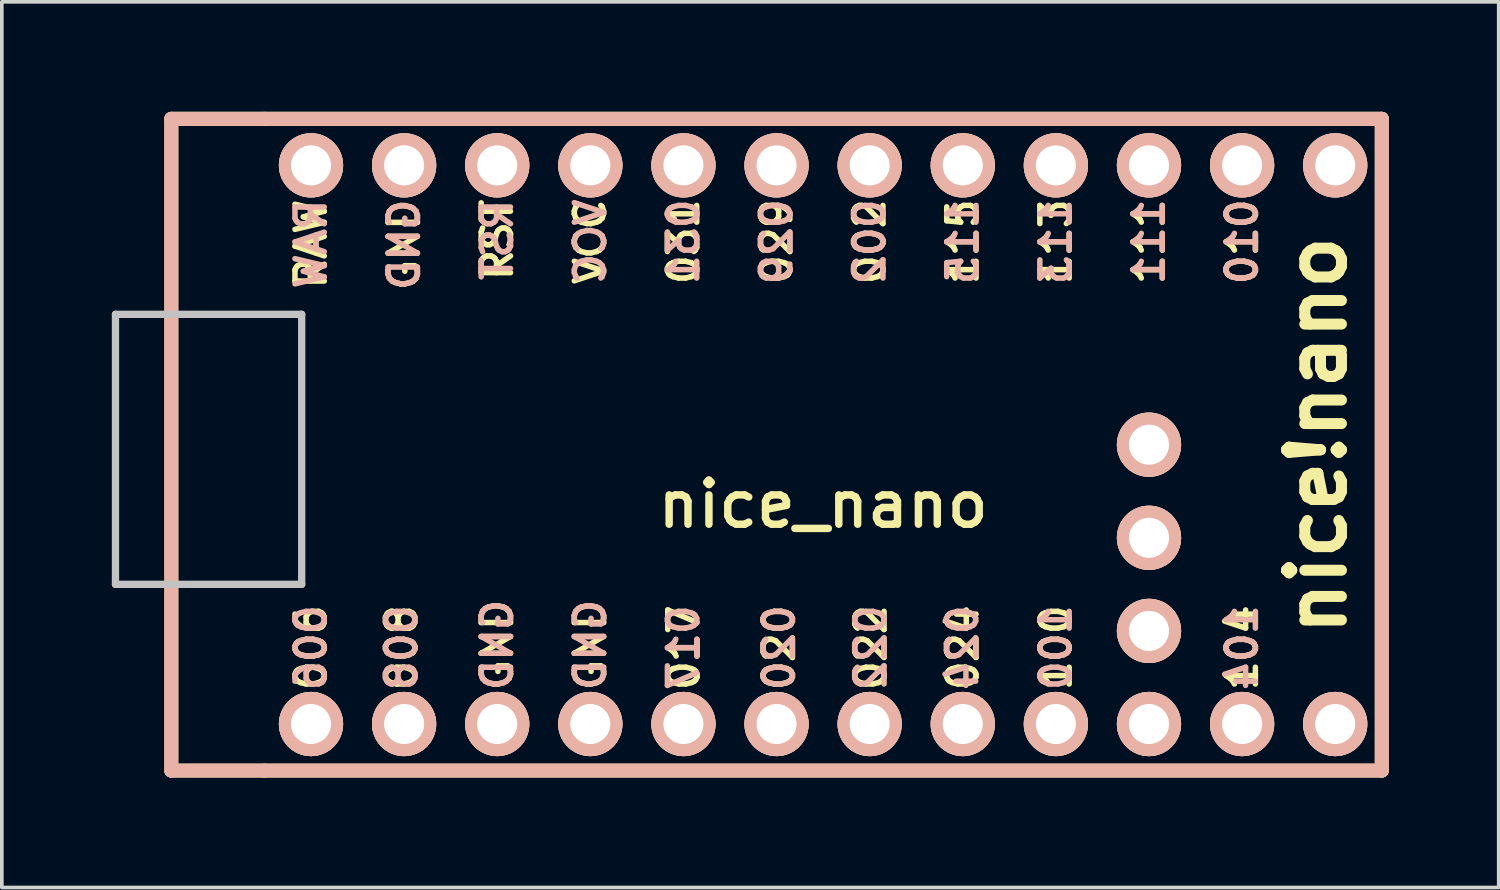
<source format=kicad_pcb>
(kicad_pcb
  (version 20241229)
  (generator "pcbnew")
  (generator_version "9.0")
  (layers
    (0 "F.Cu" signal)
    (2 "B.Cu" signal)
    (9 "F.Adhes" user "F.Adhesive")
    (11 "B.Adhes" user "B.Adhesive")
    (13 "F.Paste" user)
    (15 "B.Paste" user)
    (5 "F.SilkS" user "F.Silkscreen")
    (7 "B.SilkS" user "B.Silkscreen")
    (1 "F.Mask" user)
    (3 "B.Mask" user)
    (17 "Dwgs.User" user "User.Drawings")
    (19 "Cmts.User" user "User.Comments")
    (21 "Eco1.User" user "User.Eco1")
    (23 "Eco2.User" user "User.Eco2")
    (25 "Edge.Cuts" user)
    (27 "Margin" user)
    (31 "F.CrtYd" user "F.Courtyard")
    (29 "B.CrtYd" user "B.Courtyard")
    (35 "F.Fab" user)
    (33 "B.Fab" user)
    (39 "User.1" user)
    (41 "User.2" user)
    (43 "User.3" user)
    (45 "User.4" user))
  (footprint "nice_nano"
    (layer "F.Cu")
    (at 19.404 9.081)
    (property "Reference" "nice_nano" (at 0 1.625 0) (layer "F.SilkS") (effects (font (size 1.2 1.2) (thickness 0.203))))
    (attr through_hole)
    (fp_line (start -17.78 -8.89) (end -17.78 8.89) (stroke (width 0.381) (type solid)) (layer "F.SilkS"))
    (fp_line (start -17.78 8.89) (end -15.24 8.89) (stroke (width 0.381) (type solid)) (layer "F.SilkS"))
    (fp_line (start -15.24 -8.89) (end -17.78 -8.89) (stroke (width 0.381) (type solid)) (layer "F.SilkS"))
    (fp_line (start -15.24 8.89) (end 15.24 8.89) (stroke (width 0.381) (type solid)) (layer "F.SilkS"))
    (fp_line (start 15.24 -8.89) (end -15.24 -8.89) (stroke (width 0.381) (type solid)) (layer "F.SilkS"))
    (fp_line (start 15.24 8.89) (end 15.24 -8.89) (stroke (width 0.381) (type solid)) (layer "F.SilkS"))
    (fp_line (start -17.78 -8.89) (end -17.78 8.89) (stroke (width 0.381) (type solid)) (layer "B.SilkS"))
    (fp_line (start -17.78 8.89) (end 15.24 8.89) (stroke (width 0.381) (type solid)) (layer "B.SilkS"))
    (fp_line (start 15.24 -8.89) (end -17.78 -8.89) (stroke (width 0.381) (type solid)) (layer "B.SilkS"))
    (fp_line (start 15.24 8.89) (end 15.24 -8.89) (stroke (width 0.381) (type solid)) (layer "B.SilkS"))
    (fp_line (start -19.304 -3.556) (end -14.224 -3.556) (stroke (width 0.2) (type solid)) (layer "Dwgs.User"))
    (fp_line (start -19.304 3.81) (end -19.304 -3.556) (stroke (width 0.2) (type solid)) (layer "Dwgs.User"))
    (fp_line (start -14.224 -3.556) (end -14.224 3.81) (stroke (width 0.2) (type solid)) (layer "Dwgs.User"))
    (fp_line (start -14.224 3.81) (end -19.304 3.81) (stroke (width 0.2) (type solid)) (layer "Dwgs.User"))
    (fp_text user "008" (at -11.5 5.537 90) (layer "F.SilkS") (effects (font (size 0.8 0.8) (thickness 0.15))))
    (fp_text user "024" (at 3.81 5.537 90) (layer "F.SilkS") (effects (font (size 0.8 0.8) (thickness 0.15))))
    (fp_text user "115" (at 3.81 -5.537 90) (layer "F.SilkS") (effects (font (size 0.8 0.8) (thickness 0.15))))
    (fp_text user "002" (at 1.27 -5.537 90) (layer "F.SilkS") (effects (font (size 0.8 0.8) (thickness 0.15))))
    (fp_text user "020" (at -1.2 5.537 90) (layer "F.SilkS") (effects (font (size 0.8 0.8) (thickness 0.15))))
    (fp_text user "010" (at 11.43 -5.537 90) (layer "F.SilkS") (effects (font (size 0.8 0.8) (thickness 0.15))))
    (fp_text user "RAW" (at -13.97 -5.474 90) (layer "F.SilkS") (effects (font (size 0.8 0.8) (thickness 0.15))))
    (fp_text user "022" (at 1.3 5.537 90) (layer "F.SilkS") (effects (font (size 0.8 0.8) (thickness 0.15))))
    (fp_text user "113" (at 6.35 -5.537 90) (layer "F.SilkS") (effects (font (size 0.8 0.8) (thickness 0.15))))
    (fp_text user "VCC" (at -6.35 -5.537 90) (layer "F.SilkS") (effects (font (size 0.8 0.8) (thickness 0.15))))
    (fp_text user "GND" (at -11.43 -5.455 90) (layer "F.SilkS") (effects (font (size 0.8 0.8) (thickness 0.15))))
    (fp_text user "GND" (at -6.35 5.461 90) (layer "F.SilkS") (effects (font (size 0.8 0.8) (thickness 0.15))))
    (fp_text user "111" (at 8.89 -5.537 90) (layer "F.SilkS") (effects (font (size 0.8 0.8) (thickness 0.15))))
    (fp_text user "100" (at 6.35 5.537 90) (layer "F.SilkS") (effects (font (size 0.8 0.8) (thickness 0.15))))
    (fp_text user "017" (at -3.8 5.537 90) (layer "F.SilkS") (effects (font (size 0.8 0.8) (thickness 0.15))))
    (fp_text user "104" (at 11.43 5.537 90) (layer "F.SilkS") (effects (font (size 0.8 0.8) (thickness 0.15))))
    (fp_text user "GND" (at -8.89 5.461 90) (layer "F.SilkS") (effects (font (size 0.8 0.8) (thickness 0.15))))
    (fp_text user "006" (at -13.97 5.537 90) (layer "F.SilkS") (effects (font (size 0.8 0.8) (thickness 0.15))))
    (fp_text user "RST" (at -8.89 -5.588 90) (layer "F.SilkS") (effects (font (size 0.8 0.8) (thickness 0.15))))
    (fp_text user "031" (at -3.81 -5.537 90) (layer "F.SilkS") (effects (font (size 0.8 0.8) (thickness 0.15))))
    (fp_text user "nice!nano" (at 13.462 -0.254 90) (layer "F.SilkS") (effects (font (size 1.5 1.5) (thickness 0.3))))
    (fp_text user "029" (at -1.27 -5.537 90) (layer "F.SilkS") (effects (font (size 0.8 0.8) (thickness 0.15))))
    (fp_text user "100" (at 6.35 5.537 90) (layer "B.SilkS") (effects (font (size 0.8 0.8) (thickness 0.15)) (justify mirror)))
    (fp_text user "006" (at -13.97 5.537 90) (layer "B.SilkS") (effects (font (size 0.8 0.8) (thickness 0.15)) (justify mirror)))
    (fp_text user "RAW" (at -13.97 -5.474 90) (layer "B.SilkS") (effects (font (size 0.8 0.8) (thickness 0.15)) (justify mirror)))
    (fp_text user "024" (at 3.8 5.537 90) (layer "B.SilkS") (effects (font (size 0.8 0.8) (thickness 0.15)) (justify mirror)))
    (fp_text user "002" (at 1.27 -5.537 90) (layer "B.SilkS") (effects (font (size 0.8 0.8) (thickness 0.15)) (justify mirror)))
    (fp_text user "010" (at 11.43 -5.537 90) (layer "B.SilkS") (effects (font (size 0.8 0.8) (thickness 0.15)) (justify mirror)))
    (fp_text user "115" (at 3.81 -5.537 90) (layer "B.SilkS") (effects (font (size 0.8 0.8) (thickness 0.15)) (justify mirror)))
    (fp_text user "GND" (at -8.89 5.461 90) (layer "B.SilkS") (effects (font (size 0.8 0.8) (thickness 0.15)) (justify mirror)))
    (fp_text user "111" (at 8.89 -5.537 90) (layer "B.SilkS") (effects (font (size 0.8 0.8) (thickness 0.15)) (justify mirror)))
    (fp_text user "022" (at 1.3 5.537 90) (layer "B.SilkS") (effects (font (size 0.8 0.8) (thickness 0.15)) (justify mirror)))
    (fp_text user "031" (at -3.81 -5.537 90) (layer "B.SilkS") (effects (font (size 0.8 0.8) (thickness 0.15)) (justify mirror)))
    (fp_text user "GND" (at -11.43 -5.455 90) (layer "B.SilkS") (effects (font (size 0.8 0.8) (thickness 0.15)) (justify mirror)))
    (fp_text user "104" (at 11.43 5.537 90) (layer "B.SilkS") (effects (font (size 0.8 0.8) (thickness 0.15)) (justify mirror)))
    (fp_text user "GND" (at -6.35 5.461 90) (layer "B.SilkS") (effects (font (size 0.8 0.8) (thickness 0.15)) (justify mirror)))
    (fp_text user "029" (at -1.27 -5.537 90) (layer "B.SilkS") (effects (font (size 0.8 0.8) (thickness 0.15)) (justify mirror)))
    (fp_text user "017" (at -3.81 5.537 90) (layer "B.SilkS") (effects (font (size 0.8 0.8) (thickness 0.15)) (justify mirror)))
    (fp_text user "RST" (at -8.89 -5.588 90) (layer "B.SilkS") (effects (font (size 0.8 0.8) (thickness 0.15)) (justify mirror)))
    (fp_text user "VCC" (at -6.35 -5.537 90) (layer "B.SilkS") (effects (font (size 0.8 0.8) (thickness 0.15)) (justify mirror)))
    (fp_text user "020" (at -1.2 5.537 90) (layer "B.SilkS") (effects (font (size 0.8 0.8) (thickness 0.15)) (justify mirror)))
    (fp_text user "113" (at 6.35 -5.537 90) (layer "B.SilkS") (effects (font (size 0.8 0.8) (thickness 0.15)) (justify mirror)))
    (fp_text user "008" (at -11.5 5.537 90) (layer "B.SilkS") (effects (font (size 0.8 0.8) (thickness 0.15)) (justify mirror)))
    (pad "1" thru_hole circle (at -13.97 7.62) (size 1.753 1.753) (drill 1.092) (layers "*.Cu" "*.SilkS" "*.Mask"))
    (pad "2" thru_hole circle (at -11.43 7.62) (size 1.753 1.753) (drill 1.092) (layers "*.Cu" "*.SilkS" "*.Mask"))
    (pad "3" thru_hole circle (at -8.89 7.62) (size 1.753 1.753) (drill 1.092) (layers "*.Cu" "*.SilkS" "*.Mask"))
    (pad "4" thru_hole circle (at -6.35 7.62) (size 1.753 1.753) (drill 1.092) (layers "*.Cu" "*.SilkS" "*.Mask"))
    (pad "5" thru_hole circle (at -3.81 7.62) (size 1.753 1.753) (drill 1.092) (layers "*.Cu" "*.SilkS" "*.Mask"))
    (pad "6" thru_hole circle (at -1.27 7.62) (size 1.753 1.753) (drill 1.092) (layers "*.Cu" "*.SilkS" "*.Mask"))
    (pad "7" thru_hole circle (at 1.27 7.62) (size 1.753 1.753) (drill 1.092) (layers "*.Cu" "*.SilkS" "*.Mask"))
    (pad "8" thru_hole circle (at 3.81 7.62) (size 1.753 1.753) (drill 1.092) (layers "*.Cu" "*.SilkS" "*.Mask"))
    (pad "9" thru_hole circle (at 6.35 7.62) (size 1.753 1.753) (drill 1.092) (layers "*.Cu" "*.SilkS" "*.Mask"))
    (pad "10" thru_hole circle (at 8.89 7.62) (size 1.753 1.753) (drill 1.092) (layers "*.Cu" "*.SilkS" "*.Mask"))
    (pad "11" thru_hole circle (at 11.43 7.62) (size 1.753 1.753) (drill 1.092) (layers "*.Cu" "*.SilkS" "*.Mask"))
    (pad "12" thru_hole circle (at 13.97 7.62) (size 1.753 1.753) (drill 1.092) (layers "*.Cu" "*.SilkS" "*.Mask"))
    (pad "13" thru_hole circle (at 13.97 -7.62) (size 1.753 1.753) (drill 1.092) (layers "*.Cu" "*.SilkS" "*.Mask"))
    (pad "14" thru_hole circle (at 11.43 -7.62) (size 1.753 1.753) (drill 1.092) (layers "*.Cu" "*.SilkS" "*.Mask"))
    (pad "15" thru_hole circle (at 8.89 -7.62) (size 1.753 1.753) (drill 1.092) (layers "*.Cu" "*.SilkS" "*.Mask"))
    (pad "16" thru_hole circle (at 6.35 -7.62) (size 1.753 1.753) (drill 1.092) (layers "*.Cu" "*.SilkS" "*.Mask"))
    (pad "17" thru_hole circle (at 3.81 -7.62) (size 1.753 1.753) (drill 1.092) (layers "*.Cu" "*.SilkS" "*.Mask"))
    (pad "18" thru_hole circle (at 1.27 -7.62) (size 1.753 1.753) (drill 1.092) (layers "*.Cu" "*.SilkS" "*.Mask"))
    (pad "19" thru_hole circle (at -1.27 -7.62) (size 1.753 1.753) (drill 1.092) (layers "*.Cu" "*.SilkS" "*.Mask"))
    (pad "20" thru_hole circle (at -3.81 -7.62) (size 1.753 1.753) (drill 1.092) (layers "*.Cu" "*.SilkS" "*.Mask"))
    (pad "21" thru_hole circle (at -6.35 -7.62) (size 1.753 1.753) (drill 1.092) (layers "*.Cu" "*.SilkS" "*.Mask"))
    (pad "22" thru_hole circle (at -8.89 -7.62) (size 1.753 1.753) (drill 1.092) (layers "*.Cu" "*.SilkS" "*.Mask"))
    (pad "23" thru_hole circle (at -11.43 -7.62) (size 1.753 1.753) (drill 1.092) (layers "*.Cu" "*.SilkS" "*.Mask"))
    (pad "24" thru_hole circle (at -13.97 -7.62) (size 1.753 1.753) (drill 1.092) (layers "*.Cu" "*.SilkS" "*.Mask"))
    (pad "31" thru_hole circle (at 8.89 5.08) (size 1.753 1.753) (drill 1.092) (layers "*.Cu" "*.SilkS" "*.Mask"))
    (pad "32" thru_hole circle (at 8.89 2.54) (size 1.753 1.753) (drill 1.092) (layers "*.Cu" "*.SilkS" "*.Mask"))
    (pad "33" thru_hole circle (at 8.89 0) (size 1.753 1.753) (drill 1.092) (layers "*.Cu" "*.SilkS" "*.Mask")))
  (gr_rect
    (start -3 -3)
    (end 37.834 21.161)
    (stroke (width 0.1) (type default))
    (fill no)
    (layer "Edge.Cuts")))
</source>
